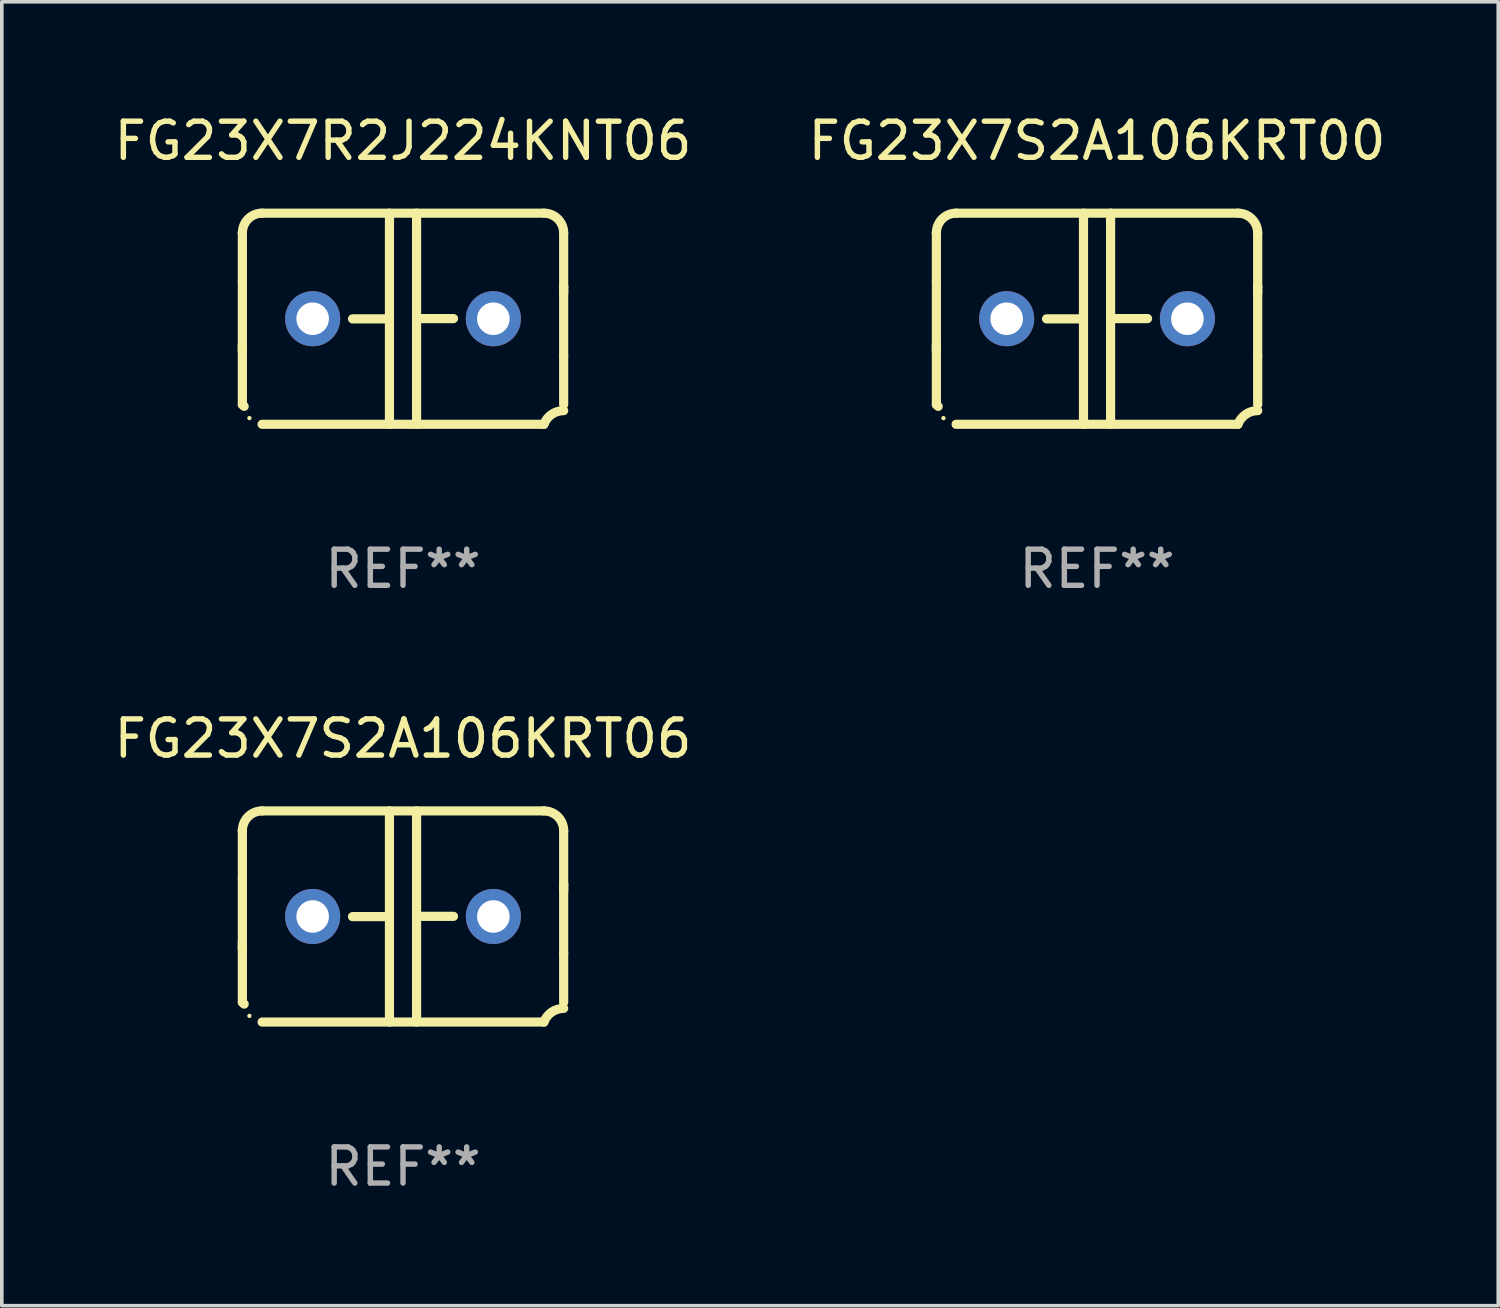
<source format=kicad_pcb>
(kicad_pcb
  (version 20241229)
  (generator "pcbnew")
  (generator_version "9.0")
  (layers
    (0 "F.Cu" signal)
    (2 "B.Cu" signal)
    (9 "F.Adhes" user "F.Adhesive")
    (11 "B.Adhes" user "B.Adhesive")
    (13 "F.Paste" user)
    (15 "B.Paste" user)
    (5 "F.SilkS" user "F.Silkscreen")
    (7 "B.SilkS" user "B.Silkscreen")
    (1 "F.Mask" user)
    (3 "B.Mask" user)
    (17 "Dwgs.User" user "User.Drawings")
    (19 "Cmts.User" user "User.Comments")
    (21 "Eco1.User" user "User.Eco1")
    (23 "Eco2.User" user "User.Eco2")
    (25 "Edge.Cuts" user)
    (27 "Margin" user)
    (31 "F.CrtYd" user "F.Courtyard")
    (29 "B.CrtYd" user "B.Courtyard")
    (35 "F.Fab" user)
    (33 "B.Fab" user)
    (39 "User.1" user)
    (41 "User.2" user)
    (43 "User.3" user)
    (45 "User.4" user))
  (footprint "FG23X7S2A106KRT00"
    (layer "F.Cu")
    (at 27.304 5.769)
    (property "Reference" "FG23X7S2A106KRT00" (at 0 -4.921 0) (layer "F.SilkS") (effects (font (size 1 1) (thickness 0.15))))
    (attr through_hole)
    (fp_line (start -4.445 2.375) (end -4.445 0.889) (stroke (width 0.254) (type solid)) (layer "F.SilkS"))
    (fp_line (start -4.445 -2.375) (end -4.445 -2.375) (stroke (width 0.254) (type solid)) (layer "F.SilkS"))
    (fp_line (start -4.445 -1.045) (end -4.445 -2.375) (stroke (width 0.254) (type solid)) (layer "F.SilkS"))
    (fp_line (start -4.445 -1.045) (end -4.445 0.889) (stroke (width 0.254) (type solid)) (layer "F.SilkS"))
    (fp_line (start -4.445 0.889) (end -4.445 0.708) (stroke (width 0.254) (type solid)) (layer "F.SilkS"))
    (fp_line (start -3.899 -2.921) (end 3.899 -2.921) (stroke (width 0.254) (type solid)) (layer "F.SilkS"))
    (fp_line (start -0.375 0.004) (end -1.397 0.004) (stroke (width 0.254) (type solid)) (layer "F.SilkS"))
    (fp_line (start -0.375 2.921) (end -0.375 -2.921) (stroke (width 0.254) (type solid)) (layer "F.SilkS"))
    (fp_line (start 0.375 -2.921) (end 0.375 2.921) (stroke (width 0.254) (type solid)) (layer "F.SilkS"))
    (fp_line (start 0.375 -0.004) (end 1.397 -0.004) (stroke (width 0.254) (type solid)) (layer "F.SilkS"))
    (fp_line (start 3.899 2.921) (end -3.899 2.921) (stroke (width 0.254) (type solid)) (layer "F.SilkS"))
    (fp_line (start 4.445 -0.889) (end 4.445 -0.708) (stroke (width 0.254) (type solid)) (layer "F.SilkS"))
    (fp_line (start 4.445 -0.889) (end 4.445 1.02) (stroke (width 0.254) (type solid)) (layer "F.SilkS"))
    (fp_line (start 4.445 1.02) (end 4.445 2.375) (stroke (width 0.254) (type solid)) (layer "F.SilkS"))
    (fp_line (start 4.445 -2.375) (end 4.445 -0.889) (stroke (width 0.254) (type solid)) (layer "F.SilkS"))
    (fp_arc (start -4.445034 -2.374778) (mid -4.285049 -2.761028) (end -3.898806 -2.921031) (stroke (width 0.254001) (type solid)) (layer "F.SilkS"))
    (fp_arc (start -4.445034 2.374803) (mid -4.4201 2.399713) (end -4.395166 2.424624) (stroke (width 0.254001) (type solid)) (layer "F.SilkS"))
    (fp_arc (start 3.898781 -2.921031) (mid 4.285035 -2.76105) (end 4.445034 -2.374803) (stroke (width 0.254001) (type solid)) (layer "F.SilkS"))
    (fp_arc (start 3.898806 2.921031) (mid 4.112864 2.64665) (end 4.445037 2.542888) (stroke (width 0.254001) (type solid)) (layer "F.SilkS"))
    (fp_circle (center -4.25 2.75) (end -4.22 2.75) (stroke (width 0.06) (type solid)) (fill no) (layer "F.SilkS"))
    (fp_text user "REF**" (at 0 6.921 0) (layer "F.Fab") (effects (font (size 1 1) (thickness 0.15))))
    (pad "1" thru_hole circle (at -2.5 0) (size 1.524 1.524) (drill 0.9) (layers "*.Cu" "*.Mask"))
    (pad "2" thru_hole circle (at 2.5 0) (size 1.524 1.524) (drill 0.9) (layers "*.Cu" "*.Mask")))
  (footprint "FG23X7S2A106KRT06"
    (layer "F.Cu")
    (at 8.101 22.308)
    (property "Reference" "FG23X7S2A106KRT06" (at 0 -4.921 0) (layer "F.SilkS") (effects (font (size 1 1) (thickness 0.15))))
    (attr through_hole)
    (fp_line (start -4.445 2.375) (end -4.445 0.889) (stroke (width 0.254) (type solid)) (layer "F.SilkS"))
    (fp_line (start -4.445 -2.375) (end -4.445 -2.375) (stroke (width 0.254) (type solid)) (layer "F.SilkS"))
    (fp_line (start -4.445 -1.045) (end -4.445 -2.375) (stroke (width 0.254) (type solid)) (layer "F.SilkS"))
    (fp_line (start -4.445 -1.045) (end -4.445 0.889) (stroke (width 0.254) (type solid)) (layer "F.SilkS"))
    (fp_line (start -4.445 0.889) (end -4.445 0.708) (stroke (width 0.254) (type solid)) (layer "F.SilkS"))
    (fp_line (start -3.899 -2.921) (end 3.899 -2.921) (stroke (width 0.254) (type solid)) (layer "F.SilkS"))
    (fp_line (start -0.375 0.004) (end -1.397 0.004) (stroke (width 0.254) (type solid)) (layer "F.SilkS"))
    (fp_line (start -0.375 2.921) (end -0.375 -2.921) (stroke (width 0.254) (type solid)) (layer "F.SilkS"))
    (fp_line (start 0.375 -2.921) (end 0.375 2.921) (stroke (width 0.254) (type solid)) (layer "F.SilkS"))
    (fp_line (start 0.375 -0.004) (end 1.397 -0.004) (stroke (width 0.254) (type solid)) (layer "F.SilkS"))
    (fp_line (start 3.899 2.921) (end -3.899 2.921) (stroke (width 0.254) (type solid)) (layer "F.SilkS"))
    (fp_line (start 4.445 -0.889) (end 4.445 -0.708) (stroke (width 0.254) (type solid)) (layer "F.SilkS"))
    (fp_line (start 4.445 -0.889) (end 4.445 1.02) (stroke (width 0.254) (type solid)) (layer "F.SilkS"))
    (fp_line (start 4.445 1.02) (end 4.445 2.375) (stroke (width 0.254) (type solid)) (layer "F.SilkS"))
    (fp_line (start 4.445 -2.375) (end 4.445 -0.889) (stroke (width 0.254) (type solid)) (layer "F.SilkS"))
    (fp_arc (start -4.445034 -2.374778) (mid -4.285049 -2.761028) (end -3.898806 -2.921031) (stroke (width 0.254001) (type solid)) (layer "F.SilkS"))
    (fp_arc (start -4.445034 2.374803) (mid -4.4201 2.399713) (end -4.395166 2.424624) (stroke (width 0.254001) (type solid)) (layer "F.SilkS"))
    (fp_arc (start 3.898781 -2.921031) (mid 4.285035 -2.76105) (end 4.445034 -2.374803) (stroke (width 0.254001) (type solid)) (layer "F.SilkS"))
    (fp_arc (start 3.898806 2.921031) (mid 4.112864 2.64665) (end 4.445037 2.542888) (stroke (width 0.254001) (type solid)) (layer "F.SilkS"))
    (fp_circle (center -4.25 2.75) (end -4.22 2.75) (stroke (width 0.06) (type solid)) (fill no) (layer "F.SilkS"))
    (fp_text user "REF**" (at 0 6.921 0) (layer "F.Fab") (effects (font (size 1 1) (thickness 0.15))))
    (pad "1" thru_hole circle (at -2.5 0) (size 1.524 1.524) (drill 0.9) (layers "*.Cu" "*.Mask"))
    (pad "2" thru_hole circle (at 2.5 0) (size 1.524 1.524) (drill 0.9) (layers "*.Cu" "*.Mask")))
  (footprint "FG23X7R2J224KNT06"
    (layer "F.Cu")
    (at 8.101 5.769)
    (property "Reference" "FG23X7R2J224KNT06" (at 0 -4.921 0) (layer "F.SilkS") (effects (font (size 1 1) (thickness 0.15))))
    (attr through_hole)
    (fp_line (start -4.445 2.375) (end -4.445 0.889) (stroke (width 0.254) (type solid)) (layer "F.SilkS"))
    (fp_line (start -4.445 -2.375) (end -4.445 -2.375) (stroke (width 0.254) (type solid)) (layer "F.SilkS"))
    (fp_line (start -4.445 -1.045) (end -4.445 -2.375) (stroke (width 0.254) (type solid)) (layer "F.SilkS"))
    (fp_line (start -4.445 -1.045) (end -4.445 0.889) (stroke (width 0.254) (type solid)) (layer "F.SilkS"))
    (fp_line (start -4.445 0.889) (end -4.445 0.708) (stroke (width 0.254) (type solid)) (layer "F.SilkS"))
    (fp_line (start -3.899 -2.921) (end 3.899 -2.921) (stroke (width 0.254) (type solid)) (layer "F.SilkS"))
    (fp_line (start -0.375 0.004) (end -1.397 0.004) (stroke (width 0.254) (type solid)) (layer "F.SilkS"))
    (fp_line (start -0.375 2.921) (end -0.375 -2.921) (stroke (width 0.254) (type solid)) (layer "F.SilkS"))
    (fp_line (start 0.375 -2.921) (end 0.375 2.921) (stroke (width 0.254) (type solid)) (layer "F.SilkS"))
    (fp_line (start 0.375 -0.004) (end 1.397 -0.004) (stroke (width 0.254) (type solid)) (layer "F.SilkS"))
    (fp_line (start 3.899 2.921) (end -3.899 2.921) (stroke (width 0.254) (type solid)) (layer "F.SilkS"))
    (fp_line (start 4.445 -0.889) (end 4.445 -0.708) (stroke (width 0.254) (type solid)) (layer "F.SilkS"))
    (fp_line (start 4.445 -0.889) (end 4.445 1.02) (stroke (width 0.254) (type solid)) (layer "F.SilkS"))
    (fp_line (start 4.445 1.02) (end 4.445 2.375) (stroke (width 0.254) (type solid)) (layer "F.SilkS"))
    (fp_line (start 4.445 -2.375) (end 4.445 -0.889) (stroke (width 0.254) (type solid)) (layer "F.SilkS"))
    (fp_arc (start -4.445034 -2.374778) (mid -4.285049 -2.761028) (end -3.898806 -2.921031) (stroke (width 0.254001) (type solid)) (layer "F.SilkS"))
    (fp_arc (start -4.445034 2.374803) (mid -4.4201 2.399713) (end -4.395166 2.424624) (stroke (width 0.254001) (type solid)) (layer "F.SilkS"))
    (fp_arc (start 3.898781 -2.921031) (mid 4.285035 -2.76105) (end 4.445034 -2.374803) (stroke (width 0.254001) (type solid)) (layer "F.SilkS"))
    (fp_arc (start 3.898806 2.921031) (mid 4.112864 2.64665) (end 4.445037 2.542888) (stroke (width 0.254001) (type solid)) (layer "F.SilkS"))
    (fp_circle (center -4.25 2.75) (end -4.22 2.75) (stroke (width 0.06) (type solid)) (fill no) (layer "F.SilkS"))
    (fp_text user "REF**" (at 0 6.921 0) (layer "F.Fab") (effects (font (size 1 1) (thickness 0.15))))
    (pad "1" thru_hole circle (at -2.5 0) (size 1.524 1.524) (drill 0.9) (layers "*.Cu" "*.Mask"))
    (pad "2" thru_hole circle (at 2.5 0) (size 1.524 1.524) (drill 0.9) (layers "*.Cu" "*.Mask")))
  (gr_rect
    (start -3 -3)
    (end 38.405 33.077)
    (stroke (width 0.1) (type default))
    (fill no)
    (layer "Edge.Cuts")))
</source>
